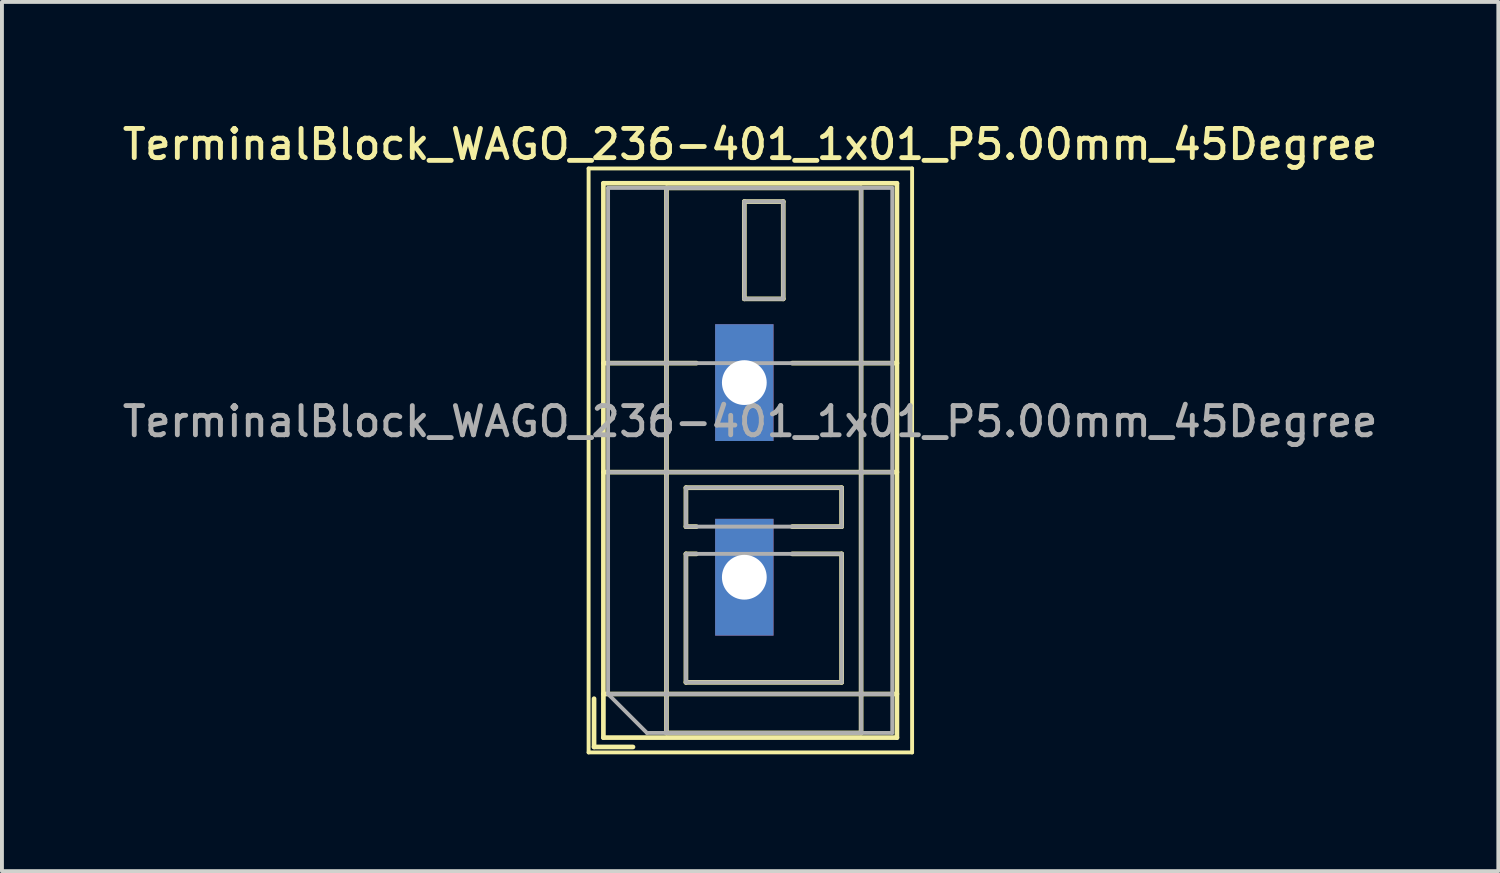
<source format=kicad_pcb>
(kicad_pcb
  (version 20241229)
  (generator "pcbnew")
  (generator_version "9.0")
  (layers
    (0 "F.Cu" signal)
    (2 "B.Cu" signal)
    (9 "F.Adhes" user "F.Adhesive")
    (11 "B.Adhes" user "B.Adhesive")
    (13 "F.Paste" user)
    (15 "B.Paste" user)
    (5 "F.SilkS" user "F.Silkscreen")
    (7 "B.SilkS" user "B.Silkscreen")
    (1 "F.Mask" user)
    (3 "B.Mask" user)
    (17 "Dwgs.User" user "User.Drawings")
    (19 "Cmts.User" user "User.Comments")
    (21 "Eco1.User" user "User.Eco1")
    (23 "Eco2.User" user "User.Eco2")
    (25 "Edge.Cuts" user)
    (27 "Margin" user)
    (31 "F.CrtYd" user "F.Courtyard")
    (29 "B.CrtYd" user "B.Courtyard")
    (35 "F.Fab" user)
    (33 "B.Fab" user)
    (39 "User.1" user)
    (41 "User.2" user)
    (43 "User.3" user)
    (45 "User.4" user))
  (footprint "TerminalBlock_WAGO_236-401_1x01_P5.00mm_45Degree"
    (layer "F.Cu")
    (at 16.07 6.778)
    (property "Reference" "TerminalBlock_WAGO_236-401_1x01_P5.00mm_45Degree" (at 0.15 -6.12 0) (layer "F.SilkS") (effects (font (size 0.75 0.75) (thickness 0.125))))
    (attr through_hole)
    (fp_line (start -4 -5.5) (end -4 9.5) (stroke (width 0.1) (type solid)) (layer "F.SilkS"))
    (fp_line (start -4 9.5) (end 4.31 9.5) (stroke (width 0.1) (type solid)) (layer "F.SilkS"))
    (fp_line (start -3.86 8.12) (end -3.86 9.36) (stroke (width 0.12) (type solid)) (layer "F.SilkS"))
    (fp_line (start -3.86 9.36) (end -2.86 9.36) (stroke (width 0.12) (type solid)) (layer "F.SilkS"))
    (fp_line (start -3.62 -5.12) (end -3.62 9.12) (stroke (width 0.12) (type solid)) (layer "F.SilkS"))
    (fp_line (start -3.62 -5.12) (end 3.92 -5.12) (stroke (width 0.12) (type solid)) (layer "F.SilkS"))
    (fp_line (start -3.62 -0.5) (end -1.23 -0.5) (stroke (width 0.12) (type solid)) (layer "F.SilkS"))
    (fp_line (start -3.62 2.3) (end 3.92 2.3) (stroke (width 0.12) (type solid)) (layer "F.SilkS"))
    (fp_line (start -3.62 8) (end 3.92 8) (stroke (width 0.12) (type solid)) (layer "F.SilkS"))
    (fp_line (start -3.62 9.12) (end 3.92 9.12) (stroke (width 0.12) (type solid)) (layer "F.SilkS"))
    (fp_line (start -2 -5) (end -2 9) (stroke (width 0.12) (type solid)) (layer "F.SilkS"))
    (fp_line (start -2 -5) (end 3 -5) (stroke (width 0.12) (type solid)) (layer "F.SilkS"))
    (fp_line (start -2 9) (end 3 9) (stroke (width 0.12) (type solid)) (layer "F.SilkS"))
    (fp_line (start -1.5 2.7) (end -1.5 3.7) (stroke (width 0.12) (type solid)) (layer "F.SilkS"))
    (fp_line (start -1.5 2.7) (end 2.5 2.7) (stroke (width 0.12) (type solid)) (layer "F.SilkS"))
    (fp_line (start -1.5 3.7) (end -1.23 3.7) (stroke (width 0.12) (type solid)) (layer "F.SilkS"))
    (fp_line (start -1.5 4.4) (end -1.5 7.7) (stroke (width 0.12) (type solid)) (layer "F.SilkS"))
    (fp_line (start -1.5 4.4) (end -1.23 4.4) (stroke (width 0.12) (type solid)) (layer "F.SilkS"))
    (fp_line (start -1.5 7.7) (end 2.5 7.7) (stroke (width 0.12) (type solid)) (layer "F.SilkS"))
    (fp_line (start 0 -4.65) (end 0 -2.151) (stroke (width 0.12) (type solid)) (layer "F.SilkS"))
    (fp_line (start 0 -4.65) (end 1 -4.65) (stroke (width 0.12) (type solid)) (layer "F.SilkS"))
    (fp_line (start 0 -2.151) (end 1 -2.151) (stroke (width 0.12) (type solid)) (layer "F.SilkS"))
    (fp_line (start 1 -4.65) (end 1 -2.151) (stroke (width 0.12) (type solid)) (layer "F.SilkS"))
    (fp_line (start 1.23 -0.5) (end 3.92 -0.5) (stroke (width 0.12) (type solid)) (layer "F.SilkS"))
    (fp_line (start 1.23 3.7) (end 2.5 3.7) (stroke (width 0.12) (type solid)) (layer "F.SilkS"))
    (fp_line (start 1.23 4.4) (end 2.5 4.4) (stroke (width 0.12) (type solid)) (layer "F.SilkS"))
    (fp_line (start 2.5 2.7) (end 2.5 3.7) (stroke (width 0.12) (type solid)) (layer "F.SilkS"))
    (fp_line (start 2.5 4.4) (end 2.5 7.7) (stroke (width 0.12) (type solid)) (layer "F.SilkS"))
    (fp_line (start 3 -5) (end 3 9) (stroke (width 0.12) (type solid)) (layer "F.SilkS"))
    (fp_line (start 3.92 -5.12) (end 3.92 9.12) (stroke (width 0.12) (type solid)) (layer "F.SilkS"))
    (fp_line (start 4.31 -5.5) (end -4 -5.5) (stroke (width 0.1) (type solid)) (layer "F.SilkS"))
    (fp_line (start 4.31 9.5) (end 4.31 -5.5) (stroke (width 0.1) (type solid)) (layer "F.SilkS"))
    (fp_line (start -3.5 -5) (end 3.8 -5) (stroke (width 0.1) (type solid)) (layer "F.Fab"))
    (fp_line (start -3.5 -0.5) (end 3.8 -0.5) (stroke (width 0.1) (type solid)) (layer "F.Fab"))
    (fp_line (start -3.5 2.3) (end 3.8 2.3) (stroke (width 0.1) (type solid)) (layer "F.Fab"))
    (fp_line (start -3.5 8) (end -3.5 -5) (stroke (width 0.1) (type solid)) (layer "F.Fab"))
    (fp_line (start -3.5 8) (end 3.8 8) (stroke (width 0.1) (type solid)) (layer "F.Fab"))
    (fp_line (start -2.5 9) (end -3.5 8) (stroke (width 0.1) (type solid)) (layer "F.Fab"))
    (fp_line (start -2 -5) (end -2 9) (stroke (width 0.1) (type solid)) (layer "F.Fab"))
    (fp_line (start -2 9) (end 3 9) (stroke (width 0.1) (type solid)) (layer "F.Fab"))
    (fp_line (start -1.5 2.7) (end -1.5 3.7) (stroke (width 0.1) (type solid)) (layer "F.Fab"))
    (fp_line (start -1.5 3.7) (end 2.5 3.7) (stroke (width 0.1) (type solid)) (layer "F.Fab"))
    (fp_line (start -1.5 4.4) (end -1.5 7.7) (stroke (width 0.1) (type solid)) (layer "F.Fab"))
    (fp_line (start -1.5 7.7) (end 2.5 7.7) (stroke (width 0.1) (type solid)) (layer "F.Fab"))
    (fp_line (start 0 -4.65) (end 0 -2.15) (stroke (width 0.1) (type solid)) (layer "F.Fab"))
    (fp_line (start 0 -2.15) (end 1 -2.15) (stroke (width 0.1) (type solid)) (layer "F.Fab"))
    (fp_line (start 1 -4.65) (end 0 -4.65) (stroke (width 0.1) (type solid)) (layer "F.Fab"))
    (fp_line (start 1 -2.15) (end 1 -4.65) (stroke (width 0.1) (type solid)) (layer "F.Fab"))
    (fp_line (start 2.5 2.7) (end -1.5 2.7) (stroke (width 0.1) (type solid)) (layer "F.Fab"))
    (fp_line (start 2.5 3.7) (end 2.5 2.7) (stroke (width 0.1) (type solid)) (layer "F.Fab"))
    (fp_line (start 2.5 4.4) (end -1.5 4.4) (stroke (width 0.1) (type solid)) (layer "F.Fab"))
    (fp_line (start 2.5 7.7) (end 2.5 4.4) (stroke (width 0.1) (type solid)) (layer "F.Fab"))
    (fp_line (start 3 -5) (end -2 -5) (stroke (width 0.1) (type solid)) (layer "F.Fab"))
    (fp_line (start 3 9) (end 3 -5) (stroke (width 0.1) (type solid)) (layer "F.Fab"))
    (fp_line (start 3.8 -5) (end 3.8 9) (stroke (width 0.1) (type solid)) (layer "F.Fab"))
    (fp_line (start 3.8 9) (end -2.5 9) (stroke (width 0.1) (type solid)) (layer "F.Fab"))
    (fp_text user "${REFERENCE}" (at 0.15 1 0) (layer "F.Fab") (effects (font (size 0.75 0.75) (thickness 0.125))))
    (pad "1" thru_hole rect (at 0 0) (size 1.5 3) (drill 1.15) (layers "*.Cu" "*.Mask"))
    (pad "1" thru_hole rect (at 0 5) (size 1.5 3) (drill 1.15) (layers "*.Cu" "*.Mask")))
  (gr_rect
    (start -3 -3)
    (end 35.439 19.328)
    (stroke (width 0.1) (type default))
    (fill no)
    (layer "Edge.Cuts")))
</source>
